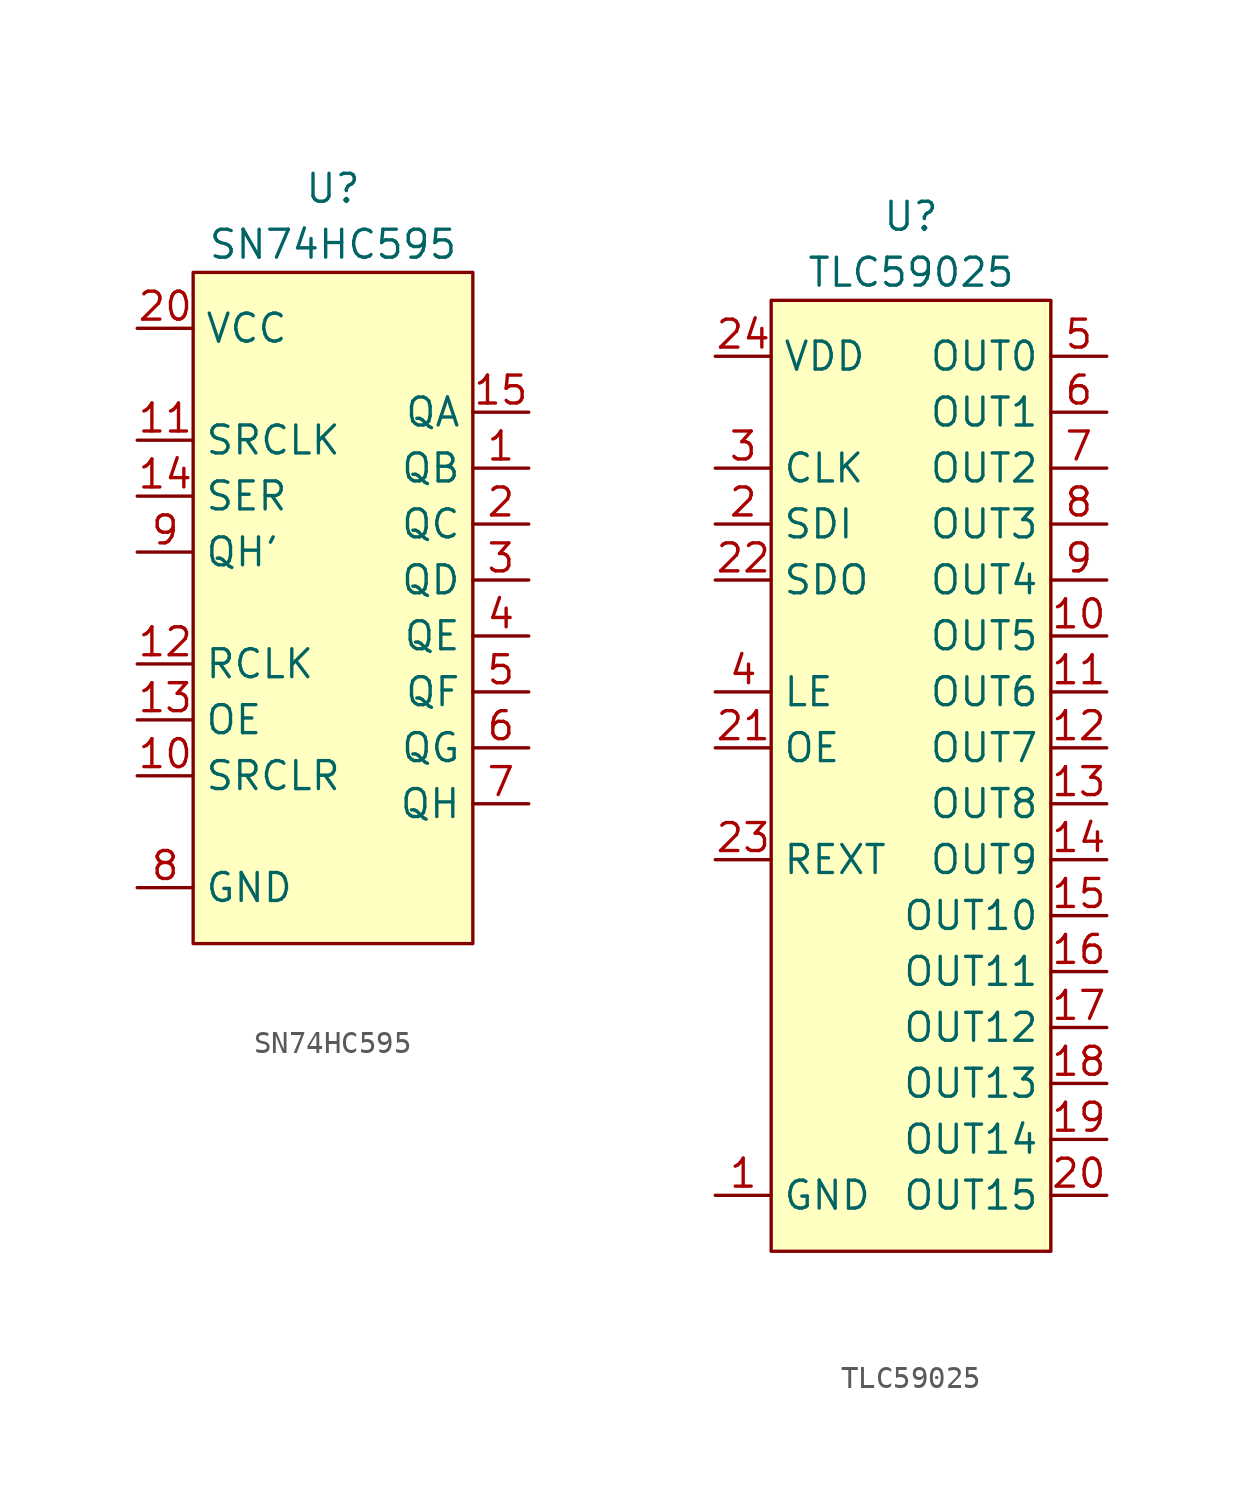
<source format=kicad_sym>
(kicad_symbol_lib
  (version 20210619)
  (generator kicad_symbol_editor)
  (symbol "ledcube:SN74HC595"
    (property "Reference" "U"
      (at 0 3.81 0)
      (effects (font (size 1.27 1.27))))
    (property "Value" "SN74HC595"
      (at 0 1.27 0)
      (effects (font (size 1.27 1.27))))
    (symbol "SN74HC595_0_1"
      (rectangle (start -6.35 0) (end 6.35 -30.48) (stroke (width 0.152)) (fill (type background))))
    (symbol "SN74HC595_1_1"
      (pin output line (at 8.89 -8.89 180) (length 2.54) (name "QB" (effects (font (size 1.27 1.27)))) (number "1" (effects (font (size 1.27 1.27)))))
      (pin input line (at -8.89 -22.86 0) (length 2.54) (name "SRCLR" (effects (font (size 1.27 1.27)))) (number "10" (effects (font (size 1.27 1.27)))))
      (pin input line (at -8.89 -7.62 0) (length 2.54) (name "SRCLK" (effects (font (size 1.27 1.27)))) (number "11" (effects (font (size 1.27 1.27)))))
      (pin input line (at -8.89 -17.78 0) (length 2.54) (name "RCLK" (effects (font (size 1.27 1.27)))) (number "12" (effects (font (size 1.27 1.27)))))
      (pin input line (at -8.89 -20.32 0) (length 2.54) (name "OE" (effects (font (size 1.27 1.27)))) (number "13" (effects (font (size 1.27 1.27)))))
      (pin input line (at -8.89 -10.16 0) (length 2.54) (name "SER" (effects (font (size 1.27 1.27)))) (number "14" (effects (font (size 1.27 1.27)))))
      (pin output line (at 8.89 -6.35 180) (length 2.54) (name "QA" (effects (font (size 1.27 1.27)))) (number "15" (effects (font (size 1.27 1.27)))))
      (pin output line (at 8.89 -11.43 180) (length 2.54) (name "QC" (effects (font (size 1.27 1.27)))) (number "2" (effects (font (size 1.27 1.27)))))
      (pin power_out line (at -8.89 -2.54 0) (length 2.54) (name "VCC" (effects (font (size 1.27 1.27)))) (number "20" (effects (font (size 1.27 1.27)))))
      (pin output line (at 8.89 -13.97 180) (length 2.54) (name "QD" (effects (font (size 1.27 1.27)))) (number "3" (effects (font (size 1.27 1.27)))))
      (pin output line (at 8.89 -16.51 180) (length 2.54) (name "QE" (effects (font (size 1.27 1.27)))) (number "4" (effects (font (size 1.27 1.27)))))
      (pin output line (at 8.89 -19.05 180) (length 2.54) (name "QF" (effects (font (size 1.27 1.27)))) (number "5" (effects (font (size 1.27 1.27)))))
      (pin output line (at 8.89 -21.59 180) (length 2.54) (name "QG" (effects (font (size 1.27 1.27)))) (number "6" (effects (font (size 1.27 1.27)))))
      (pin output line (at 8.89 -24.13 180) (length 2.54) (name "QH" (effects (font (size 1.27 1.27)))) (number "7" (effects (font (size 1.27 1.27)))))
      (pin power_out line (at -8.89 -27.94 0) (length 2.54) (name "GND" (effects (font (size 1.27 1.27)))) (number "8" (effects (font (size 1.27 1.27)))))
      (pin output line (at -8.89 -12.7 0) (length 2.54) (name "QH'" (effects (font (size 1.27 1.27)))) (number "9" (effects (font (size 1.27 1.27)))))))
  (symbol "ledcube:TLC59025"
    (property "Reference" "U"
      (at 0 3.81 0)
      (effects (font (size 1.27 1.27))))
    (property "Value" "TLC59025"
      (at 0 1.27 0)
      (effects (font (size 1.27 1.27))))
    (symbol "TLC59025_0_1"
      (rectangle (start -6.35 0) (end 6.35 -43.18) (stroke (width 0.152)) (fill (type background))))
    (symbol "TLC59025_1_1"
      (pin power_in line (at -8.89 -40.64 0) (length 2.54) (name "GND" (effects (font (size 1.27 1.27)))) (number "1" (effects (font (size 1.27 1.27)))))
      (pin output line (at 8.89 -15.24 180) (length 2.54) (name "OUT5" (effects (font (size 1.27 1.27)))) (number "10" (effects (font (size 1.27 1.27)))))
      (pin output line (at 8.89 -17.78 180) (length 2.54) (name "OUT6" (effects (font (size 1.27 1.27)))) (number "11" (effects (font (size 1.27 1.27)))))
      (pin output line (at 8.89 -20.32 180) (length 2.54) (name "OUT7" (effects (font (size 1.27 1.27)))) (number "12" (effects (font (size 1.27 1.27)))))
      (pin output line (at 8.89 -22.86 180) (length 2.54) (name "OUT8" (effects (font (size 1.27 1.27)))) (number "13" (effects (font (size 1.27 1.27)))))
      (pin output line (at 8.89 -25.4 180) (length 2.54) (name "OUT9" (effects (font (size 1.27 1.27)))) (number "14" (effects (font (size 1.27 1.27)))))
      (pin output line (at 8.89 -27.94 180) (length 2.54) (name "OUT10" (effects (font (size 1.27 1.27)))) (number "15" (effects (font (size 1.27 1.27)))))
      (pin output line (at 8.89 -30.48 180) (length 2.54) (name "OUT11" (effects (font (size 1.27 1.27)))) (number "16" (effects (font (size 1.27 1.27)))))
      (pin output line (at 8.89 -33.02 180) (length 2.54) (name "OUT12" (effects (font (size 1.27 1.27)))) (number "17" (effects (font (size 1.27 1.27)))))
      (pin output line (at 8.89 -35.56 180) (length 2.54) (name "OUT13" (effects (font (size 1.27 1.27)))) (number "18" (effects (font (size 1.27 1.27)))))
      (pin output line (at 8.89 -38.1 180) (length 2.54) (name "OUT14" (effects (font (size 1.27 1.27)))) (number "19" (effects (font (size 1.27 1.27)))))
      (pin input line (at -8.89 -10.16 0) (length 2.54) (name "SDI" (effects (font (size 1.27 1.27)))) (number "2" (effects (font (size 1.27 1.27)))))
      (pin output line (at 8.89 -40.64 180) (length 2.54) (name "OUT15" (effects (font (size 1.27 1.27)))) (number "20" (effects (font (size 1.27 1.27)))))
      (pin input line (at -8.89 -20.32 0) (length 2.54) (name "OE" (effects (font (size 1.27 1.27)))) (number "21" (effects (font (size 1.27 1.27)))))
      (pin output line (at -8.89 -12.7 0) (length 2.54) (name "SDO" (effects (font (size 1.27 1.27)))) (number "22" (effects (font (size 1.27 1.27)))))
      (pin input line (at -8.89 -25.4 0) (length 2.54) (name "REXT" (effects (font (size 1.27 1.27)))) (number "23" (effects (font (size 1.27 1.27)))))
      (pin power_out line (at -8.89 -2.54 0) (length 2.54) (name "VDD" (effects (font (size 1.27 1.27)))) (number "24" (effects (font (size 1.27 1.27)))))
      (pin input line (at -8.89 -7.62 0) (length 2.54) (name "CLK" (effects (font (size 1.27 1.27)))) (number "3" (effects (font (size 1.27 1.27)))))
      (pin input line (at -8.89 -17.78 0) (length 2.54) (name "LE" (effects (font (size 1.27 1.27)))) (number "4" (effects (font (size 1.27 1.27)))))
      (pin output line (at 8.89 -2.54 180) (length 2.54) (name "OUT0" (effects (font (size 1.27 1.27)))) (number "5" (effects (font (size 1.27 1.27)))))
      (pin output line (at 8.89 -5.08 180) (length 2.54) (name "OUT1" (effects (font (size 1.27 1.27)))) (number "6" (effects (font (size 1.27 1.27)))))
      (pin output line (at 8.89 -7.62 180) (length 2.54) (name "OUT2" (effects (font (size 1.27 1.27)))) (number "7" (effects (font (size 1.27 1.27)))))
      (pin output line (at 8.89 -10.16 180) (length 2.54) (name "OUT3" (effects (font (size 1.27 1.27)))) (number "8" (effects (font (size 1.27 1.27)))))
      (pin output line (at 8.89 -12.7 180) (length 2.54) (name "OUT4" (effects (font (size 1.27 1.27)))) (number "9" (effects (font (size 1.27 1.27))))))))
</source>
